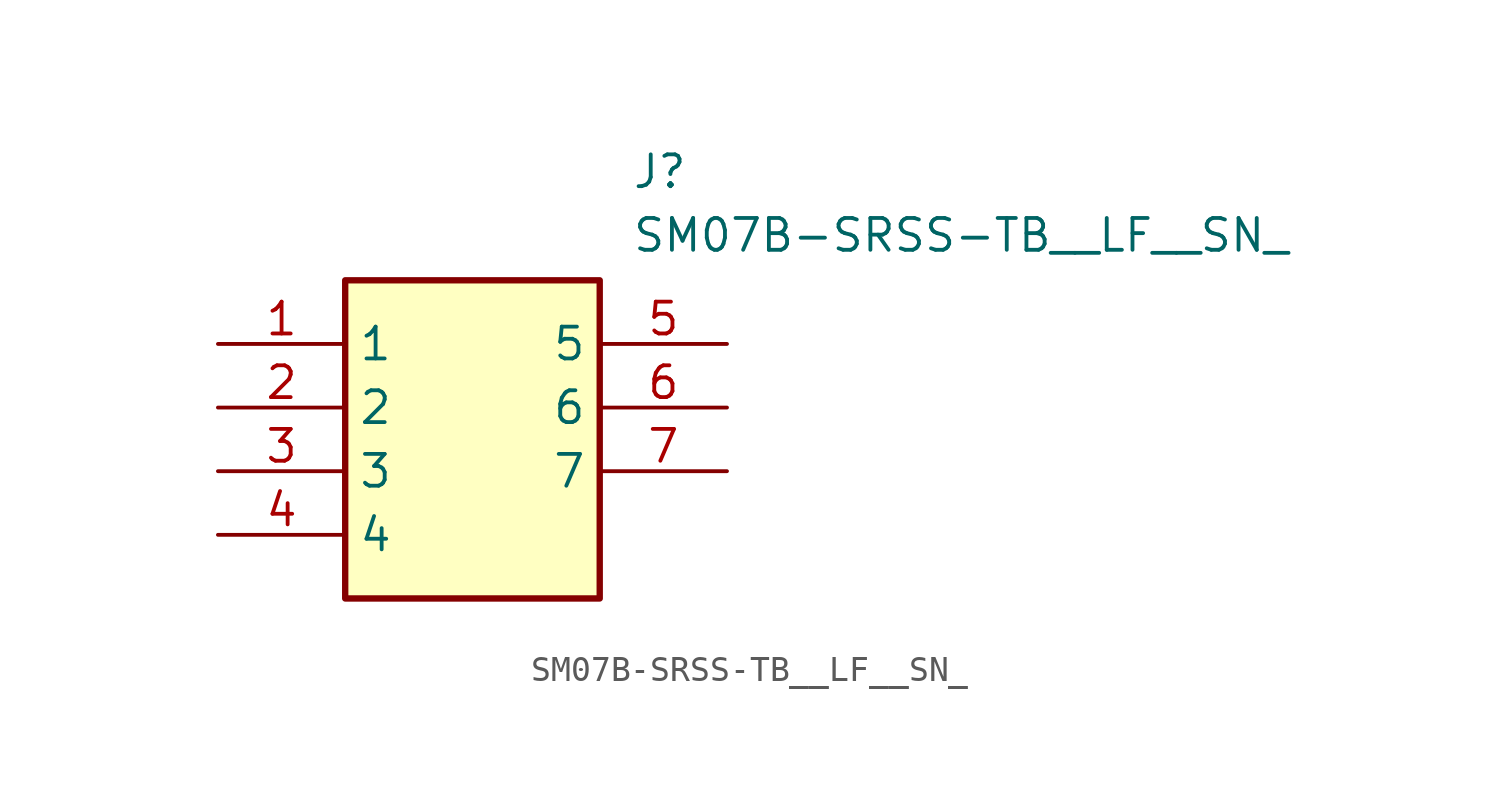
<source format=kicad_sym>
(kicad_symbol_lib
  (version 20211014)
  (generator SamacSys_ECAD_Model)
  (symbol "SM07B-SRSS-TB__LF__SN_"
    (property "Reference" "J"
      (at 16.51 7.62 0)
      (effects (font (size 1.27 1.27)) (justify left top)))
    (property "Value" "SM07B-SRSS-TB__LF__SN_"
      (at 16.51 5.08 0)
      (effects (font (size 1.27 1.27)) (justify left top)))
    (rectangle
      (start 5.08 2.54)
      (end 15.24 -10.16)
      (stroke (width 0.254) (type default))
      (fill (type background)))
    (pin passive line
      (at 0 0 0)
      (length 5.08)
      (name "1" (effects (font (size 1.27 1.27))))
      (number "1" (effects (font (size 1.27 1.27)))))
    (pin passive line
      (at 0 -2.54 0)
      (length 5.08)
      (name "2" (effects (font (size 1.27 1.27))))
      (number "2" (effects (font (size 1.27 1.27)))))
    (pin passive line
      (at 0 -5.08 0)
      (length 5.08)
      (name "3" (effects (font (size 1.27 1.27))))
      (number "3" (effects (font (size 1.27 1.27)))))
    (pin passive line
      (at 0 -7.62 0)
      (length 5.08)
      (name "4" (effects (font (size 1.27 1.27))))
      (number "4" (effects (font (size 1.27 1.27)))))
    (pin passive line
      (at 20.32 0 180)
      (length 5.08)
      (name "5" (effects (font (size 1.27 1.27))))
      (number "5" (effects (font (size 1.27 1.27)))))
    (pin passive line
      (at 20.32 -2.54 180)
      (length 5.08)
      (name "6" (effects (font (size 1.27 1.27))))
      (number "6" (effects (font (size 1.27 1.27)))))
    (pin passive line
      (at 20.32 -5.08 180)
      (length 5.08)
      (name "7" (effects (font (size 1.27 1.27))))
      (number "7" (effects (font (size 1.27 1.27)))))))
</source>
